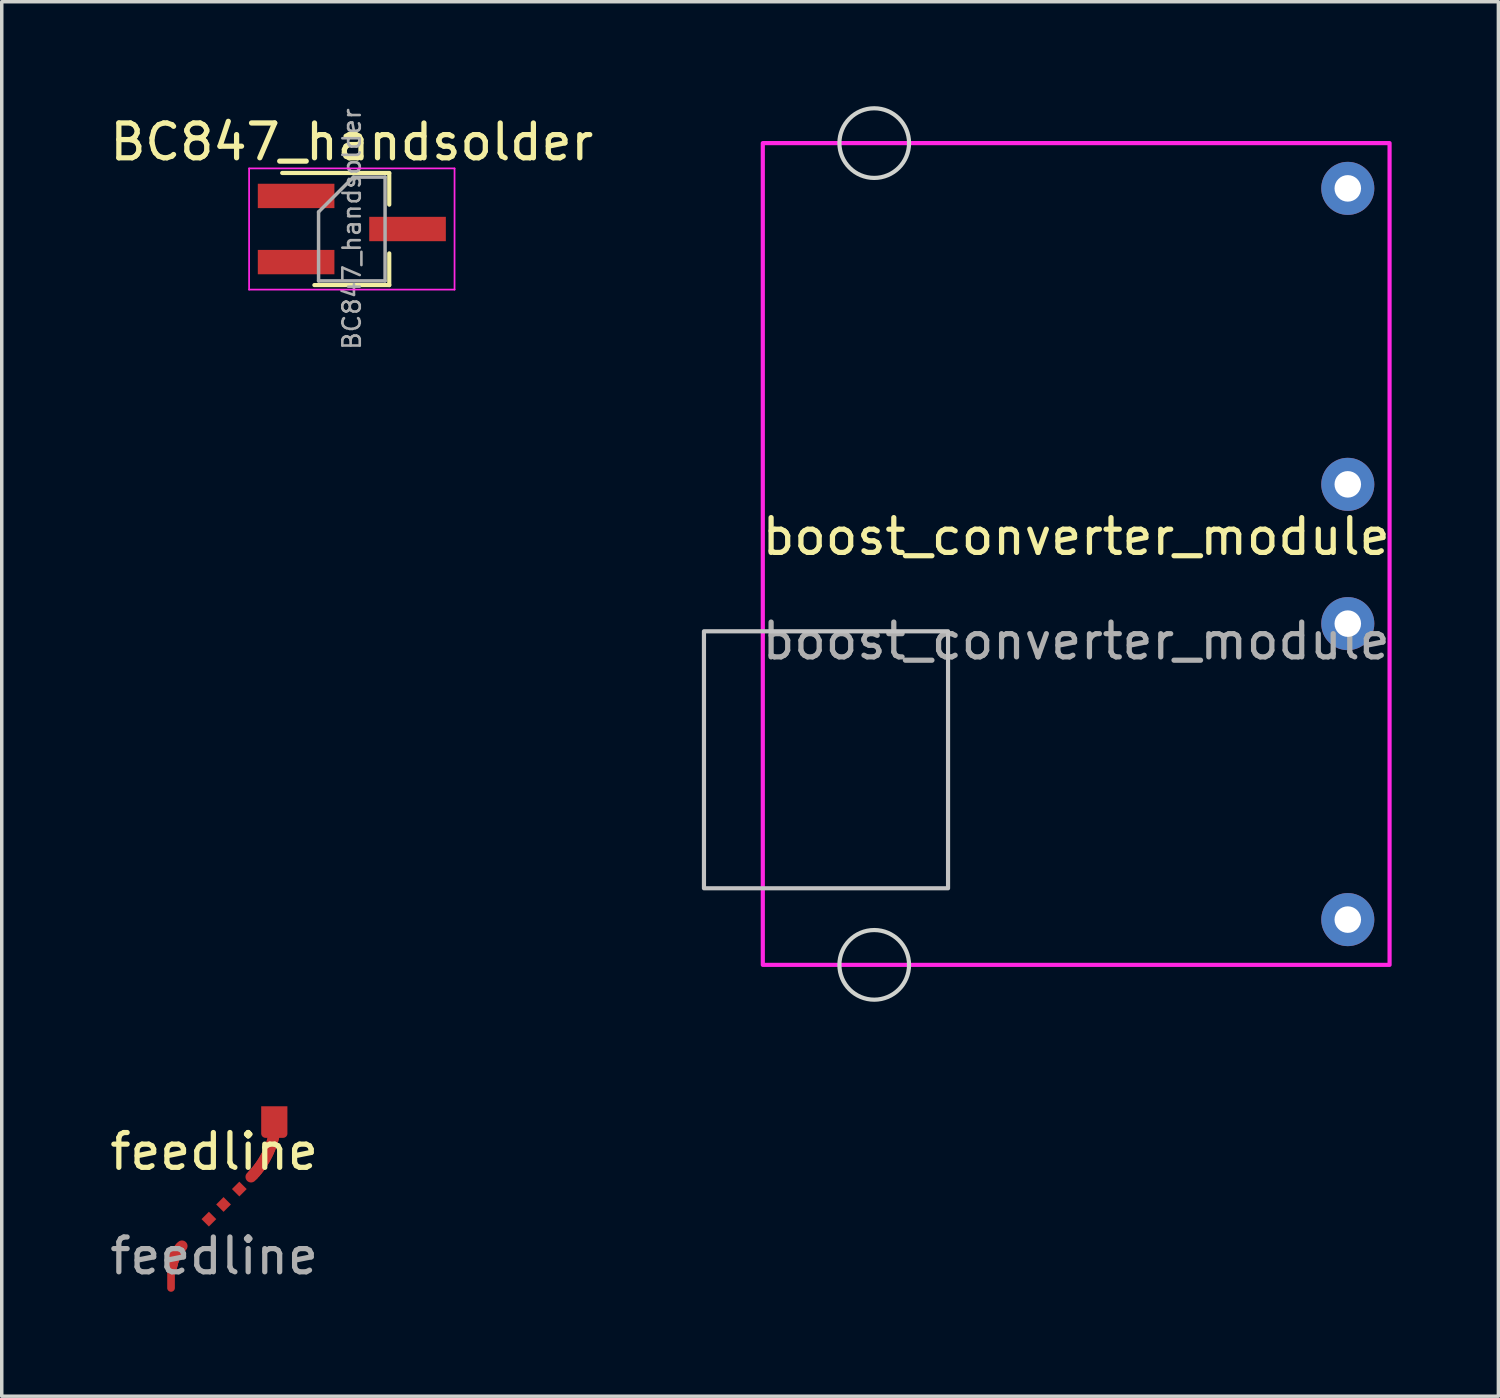
<source format=kicad_pcb>
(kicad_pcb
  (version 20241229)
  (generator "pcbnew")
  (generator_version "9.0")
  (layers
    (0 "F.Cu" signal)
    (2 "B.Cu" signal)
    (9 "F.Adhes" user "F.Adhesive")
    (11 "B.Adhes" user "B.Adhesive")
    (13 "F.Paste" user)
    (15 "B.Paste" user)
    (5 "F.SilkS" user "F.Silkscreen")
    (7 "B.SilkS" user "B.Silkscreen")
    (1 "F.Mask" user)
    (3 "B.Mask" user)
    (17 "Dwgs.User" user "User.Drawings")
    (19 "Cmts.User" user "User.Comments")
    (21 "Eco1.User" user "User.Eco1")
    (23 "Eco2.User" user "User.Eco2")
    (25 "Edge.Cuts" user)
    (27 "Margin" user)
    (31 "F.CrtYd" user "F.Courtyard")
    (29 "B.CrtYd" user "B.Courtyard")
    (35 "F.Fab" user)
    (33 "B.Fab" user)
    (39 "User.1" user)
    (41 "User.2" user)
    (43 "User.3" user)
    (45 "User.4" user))
  (footprint "BC847_handsolder"
    (layer "F.Cu")
    (at 7.054 3.527)
    (property "Reference" "BC847_handsolder" (at 0 -2.5 0) (layer "F.SilkS") (effects (font (size 1 1) (thickness 0.15))))
    (attr smd)
    (fp_line (start -2 -1.61) (end 1.075 -1.61) (stroke (width 0.12) (type solid)) (layer "F.SilkS"))
    (fp_line (start -1.075 1.61) (end 1.075 1.61) (stroke (width 0.12) (type solid)) (layer "F.SilkS"))
    (fp_line (start 1.075 -1.6) (end 1.075 -0.7) (stroke (width 0.12) (type solid)) (layer "F.SilkS"))
    (fp_line (start 1.075 0.7) (end 1.075 1.61) (stroke (width 0.12) (type solid)) (layer "F.SilkS"))
    (fp_line (start -2.95 -1.74) (end 2.95 -1.74) (stroke (width 0.05) (type solid)) (layer "F.CrtYd"))
    (fp_line (start -2.95 1.74) (end -2.95 -1.74) (stroke (width 0.05) (type solid)) (layer "F.CrtYd"))
    (fp_line (start 2.95 -1.74) (end 2.95 1.74) (stroke (width 0.05) (type solid)) (layer "F.CrtYd"))
    (fp_line (start 2.95 1.74) (end -2.95 1.74) (stroke (width 0.05) (type solid)) (layer "F.CrtYd"))
    (fp_line (start -0.955 -0.49) (end -0.955 1.49) (stroke (width 0.1) (type solid)) (layer "F.Fab"))
    (fp_line (start -0.955 -0.49) (end 0.045 -1.49) (stroke (width 0.1) (type solid)) (layer "F.Fab"))
    (fp_line (start -0.955 1.49) (end 0.955 1.49) (stroke (width 0.1) (type solid)) (layer "F.Fab"))
    (fp_line (start 0.045 -1.49) (end 0.955 -1.49) (stroke (width 0.1) (type solid)) (layer "F.Fab"))
    (fp_line (start 0.955 -1.49) (end 0.955 1.49) (stroke (width 0.1) (type solid)) (layer "F.Fab"))
    (fp_text user "${REFERENCE}" (at 0 0 90) (layer "F.Fab") (effects (font (size 0.5 0.5) (thickness 0.075))))
    (pad "1" smd rect (at -1.6 -0.95) (size 2.2 0.7) (layers "F.Cu" "F.Mask" "F.Paste"))
    (pad "2" smd rect (at -1.6 0.95) (size 2.2 0.7) (layers "F.Cu" "F.Mask" "F.Paste"))
    (pad "3" smd rect (at 1.6 0) (size 2.2 0.7) (layers "F.Cu" "F.Mask" "F.Paste")))
  (footprint "feedline"
    (layer "F.Cu")
    (at 3.101 30.52)
    (property "Reference" "feedline" (at 0 -0.5 0) (unlocked yes) (layer "F.SilkS") (effects (font (size 1 1) (thickness 0.15))))
    (attr smd)
    (fp_line (start -1.226 2.829) (end -1.219 2.786) (stroke (width 0.32) (type solid)) (layer "F.Cu"))
    (fp_line (start -1.219 2.786) (end -1.21 2.743) (stroke (width 0.32) (type solid)) (layer "F.Cu"))
    (fp_line (start -1.21 2.743) (end -1.199 2.701) (stroke (width 0.32) (type solid)) (layer "F.Cu"))
    (fp_line (start -1.199 2.701) (end -1.187 2.659) (stroke (width 0.32) (type solid)) (layer "F.Cu"))
    (fp_line (start -1.187 2.659) (end -1.173 2.618) (stroke (width 0.32) (type solid)) (layer "F.Cu"))
    (fp_line (start -1.173 2.618) (end -1.158 2.578) (stroke (width 0.32) (type solid)) (layer "F.Cu"))
    (fp_line (start -1.158 2.578) (end -1.141 2.538) (stroke (width 0.32) (type solid)) (layer "F.Cu"))
    (fp_line (start -1.141 2.538) (end -1.123 2.499) (stroke (width 0.32) (type solid)) (layer "F.Cu"))
    (fp_line (start -1.123 2.499) (end -1.103 2.46) (stroke (width 0.32) (type solid)) (layer "F.Cu"))
    (fp_line (start -1.103 2.46) (end -1.082 2.422) (stroke (width 0.32) (type solid)) (layer "F.Cu"))
    (fp_line (start -1.082 2.422) (end -1.059 2.385) (stroke (width 0.32) (type solid)) (layer "F.Cu"))
    (fp_line (start -1.059 2.385) (end -1.035 2.349) (stroke (width 0.32) (type solid)) (layer "F.Cu"))
    (fp_line (start -1.035 2.349) (end -1.01 2.314) (stroke (width 0.32) (type solid)) (layer "F.Cu"))
    (fp_line (start -1.01 2.314) (end -0.983 2.28) (stroke (width 0.32) (type solid)) (layer "F.Cu"))
    (fp_line (start -0.983 2.28) (end -0.954 2.247) (stroke (width 0.32) (type solid)) (layer "F.Cu"))
    (fp_line (start -0.954 2.247) (end -0.925 2.215) (stroke (width 0.32) (type solid)) (layer "F.Cu"))
    (fp_line (start 1.059 0.229) (end 1.121 0.165) (stroke (width 0.32) (type solid)) (layer "F.Cu"))
    (fp_line (start 1.121 0.165) (end 1.181 0.098) (stroke (width 0.32) (type solid)) (layer "F.Cu"))
    (fp_line (start 1.181 0.098) (end 1.238 0.03) (stroke (width 0.32) (type solid)) (layer "F.Cu"))
    (fp_line (start 1.238 0.03) (end 1.292 -0.041) (stroke (width 0.32) (type solid)) (layer "F.Cu"))
    (fp_line (start 1.292 -0.041) (end 1.344 -0.113) (stroke (width 0.32) (type solid)) (layer "F.Cu"))
    (fp_line (start 1.344 -0.113) (end 1.393 -0.187) (stroke (width 0.32) (type solid)) (layer "F.Cu"))
    (fp_line (start 1.393 -0.187) (end 1.44 -0.263) (stroke (width 0.32) (type solid)) (layer "F.Cu"))
    (fp_line (start 1.44 -0.263) (end 1.483 -0.34) (stroke (width 0.32) (type solid)) (layer "F.Cu"))
    (fp_line (start 1.483 -0.34) (end 1.524 -0.419) (stroke (width 0.32) (type solid)) (layer "F.Cu"))
    (fp_line (start 1.524 -0.419) (end 1.562 -0.499) (stroke (width 0.32) (type solid)) (layer "F.Cu"))
    (fp_line (start 1.562 -0.499) (end 1.597 -0.581) (stroke (width 0.32) (type solid)) (layer "F.Cu"))
    (fp_line (start 1.597 -0.581) (end 1.629 -0.663) (stroke (width 0.32) (type solid)) (layer "F.Cu"))
    (fp_line (start 1.629 -0.663) (end 1.658 -0.748) (stroke (width 0.32) (type solid)) (layer "F.Cu"))
    (fp_line (start 1.658 -0.748) (end 1.684 -0.833) (stroke (width 0.32) (type solid)) (layer "F.Cu"))
    (fp_line (start 1.684 -0.833) (end 1.707 -0.919) (stroke (width 0.32) (type solid)) (layer "F.Cu"))
    (fp_line (start 1.707 -0.919) (end 1.727 -1.006) (stroke (width 0.32) (type solid)) (layer "F.Cu"))
    (fp_poly (pts (xy 0.06 1.442) (xy -0.152 1.654) (xy -0.364 1.442) (xy -0.152 1.23)) (stroke (width 0) (type solid)) (fill yes) (layer "F.Cu"))
    (fp_poly (pts (xy 0.481 1.021) (xy 0.269 1.233) (xy 0.057 1.021) (xy 0.269 0.809)) (stroke (width 0) (type solid)) (fill yes) (layer "F.Cu"))
    (fp_poly (pts (xy 0.934 0.578) (xy 0.722 0.79) (xy 0.51 0.578) (xy 0.722 0.366)) (stroke (width 0) (type solid)) (fill yes) (layer "F.Cu"))
    (fp_poly (pts (xy 2.103 -1.019) (xy 2.103 -1.013) (xy 2.103 -1.006) (xy 2.102 -1) (xy 2.101 -0.994) (xy 2.099 -0.987) (xy 2.098 -0.981) (xy 2.096 -0.976) (xy 2.093 -0.97) (xy 2.091 -0.964) (xy 2.088 -0.959) (xy 2.085 -0.953) (xy 2.082 -0.948) (xy 2.078 -0.943) (xy 2.074 -0.938) (xy 2.07 -0.934) (xy 2.066 -0.929) (xy 2.062 -0.925) (xy 2.057 -0.921) (xy 2.052 -0.917) (xy 2.047 -0.914) (xy 2.042 -0.911) (xy 2.037 -0.908) (xy 2.032 -0.905) (xy 2.026 -0.902) (xy 2.02 -0.9) (xy 2.014 -0.898) (xy 2.008 -0.896) (xy 2.002 -0.895) (xy 1.996 -0.894) (xy 1.989 -0.893) (xy 1.983 -0.892) (xy 1.976 -0.892) (xy 1.477 -0.892) (xy 1.47 -0.892) (xy 1.464 -0.893) (xy 1.458 -0.894) (xy 1.451 -0.895) (xy 1.445 -0.896) (xy 1.439 -0.898) (xy 1.433 -0.9) (xy 1.428 -0.902) (xy 1.422 -0.905) (xy 1.416 -0.908) (xy 1.411 -0.911) (xy 1.406 -0.914) (xy 1.401 -0.917) (xy 1.396 -0.921) (xy 1.392 -0.925) (xy 1.387 -0.929) (xy 1.383 -0.934) (xy 1.379 -0.938) (xy 1.375 -0.943) (xy 1.372 -0.948) (xy 1.368 -0.953) (xy 1.365 -0.959) (xy 1.363 -0.964) (xy 1.36 -0.97) (xy 1.358 -0.976) (xy 1.356 -0.981) (xy 1.354 -0.987) (xy 1.353 -0.994) (xy 1.351 -1) (xy 1.351 -1.006) (xy 1.35 -1.013) (xy 1.35 -1.019) (xy 1.35 -1.8) (xy 2.103 -1.8)) (stroke (width 0) (type solid)) (fill yes) (layer "F.Cu"))
    (fp_poly (pts (xy -1.234 2.879) (xy -1.228 2.879) (xy -1.222 2.88) (xy -1.217 2.881) (xy -1.212 2.882) (xy -1.207 2.883) (xy -1.201 2.885) (xy -1.196 2.887) (xy -1.192 2.889) (xy -1.187 2.892) (xy -1.182 2.894) (xy -1.178 2.897) (xy -1.173 2.9) (xy -1.169 2.904) (xy -1.165 2.907) (xy -1.162 2.911) (xy -1.158 2.915) (xy -1.154 2.919) (xy -1.151 2.923) (xy -1.148 2.927) (xy -1.145 2.931) (xy -1.143 2.936) (xy -1.14 2.941) (xy -1.138 2.946) (xy -1.136 2.951) (xy -1.134 2.956) (xy -1.133 2.961) (xy -1.132 2.966) (xy -1.131 2.972) (xy -1.13 2.977) (xy -1.129 2.983) (xy -1.129 2.988) (xy -1.129 3.418) (xy -1.129 3.424) (xy -1.13 3.429) (xy -1.131 3.435) (xy -1.132 3.44) (xy -1.133 3.446) (xy -1.134 3.451) (xy -1.136 3.456) (xy -1.138 3.461) (xy -1.14 3.466) (xy -1.143 3.471) (xy -1.145 3.475) (xy -1.148 3.48) (xy -1.151 3.484) (xy -1.154 3.488) (xy -1.158 3.492) (xy -1.162 3.496) (xy -1.165 3.499) (xy -1.169 3.503) (xy -1.173 3.506) (xy -1.178 3.509) (xy -1.182 3.512) (xy -1.187 3.515) (xy -1.192 3.517) (xy -1.196 3.519) (xy -1.201 3.521) (xy -1.207 3.523) (xy -1.212 3.525) (xy -1.217 3.526) (xy -1.222 3.527) (xy -1.228 3.527) (xy -1.234 3.528) (xy -1.239 3.528) (xy -1.245 3.528) (xy -1.25 3.527) (xy -1.256 3.527) (xy -1.261 3.526) (xy -1.267 3.525) (xy -1.272 3.523) (xy -1.277 3.521) (xy -1.282 3.519) (xy -1.287 3.517) (xy -1.292 3.515) (xy -1.296 3.512) (xy -1.301 3.509) (xy -1.305 3.506) (xy -1.309 3.503) (xy -1.313 3.499) (xy -1.317 3.496) (xy -1.321 3.492) (xy -1.324 3.488) (xy -1.327 3.484) (xy -1.33 3.48) (xy -1.333 3.475) (xy -1.336 3.471) (xy -1.338 3.466) (xy -1.341 3.461) (xy -1.342 3.456) (xy -1.344 3.451) (xy -1.346 3.446) (xy -1.347 3.44) (xy -1.348 3.435) (xy -1.349 3.429) (xy -1.349 3.424) (xy -1.349 3.418) (xy -1.349 2.988) (xy -1.349 2.983) (xy -1.349 2.977) (xy -1.348 2.972) (xy -1.347 2.966) (xy -1.346 2.961) (xy -1.344 2.956) (xy -1.342 2.951) (xy -1.341 2.946) (xy -1.338 2.941) (xy -1.336 2.936) (xy -1.333 2.931) (xy -1.33 2.927) (xy -1.327 2.923) (xy -1.324 2.919) (xy -1.321 2.915) (xy -1.317 2.911) (xy -1.313 2.907) (xy -1.309 2.904) (xy -1.305 2.9) (xy -1.301 2.897) (xy -1.296 2.894) (xy -1.292 2.892) (xy -1.287 2.889) (xy -1.282 2.887) (xy -1.277 2.885) (xy -1.272 2.883) (xy -1.267 2.882) (xy -1.261 2.881) (xy -1.256 2.88) (xy -1.25 2.879) (xy -1.245 2.879) (xy -1.239 2.879)) (stroke (width 0) (type solid)) (fill yes) (layer "F.Cu"))
    (fp_text user "${REFERENCE}" (at 0 2.5 0) (unlocked yes) (layer "F.Fab") (effects (font (size 1 1) (thickness 0.15)))))
  (footprint "boost_converter_module"
    (layer "F.Cu")
    (at 27.857 12.86)
    (property "Reference" "boost_converter_module" (at 0 -0.5 0) (unlocked yes) (layer "F.SilkS") (effects (font (size 1 1) (thickness 0.15))))
    (attr through_hole)
    (fp_rect (start -10.69 2.22) (end -3.68 9.6) (stroke (width 0.12) (type default)) (fill no) (layer "Dwgs.User"))
    (fp_circle (center -5.8 -11.8) (end -4.8 -11.8) (stroke (width 0.12) (type default)) (fill no) (layer "Edge.Cuts"))
    (fp_circle (center -5.8 11.8) (end -4.8 11.8) (stroke (width 0.12) (type default)) (fill no) (layer "Edge.Cuts"))
    (fp_rect (start -9 -11.8) (end 9 11.8) (stroke (width 0.12) (type default)) (fill no) (layer "F.CrtYd"))
    (fp_text user "${REFERENCE}" (at 0 2.5 0) (unlocked yes) (layer "F.Fab") (effects (font (size 1 1) (thickness 0.15))))
    (pad "1" thru_hole circle (at 7.8 -10.5) (size 1.524 1.524) (drill 0.762) (layers "*.Cu" "*.Mask"))
    (pad "2" thru_hole circle (at 7.8 -2) (size 1.524 1.524) (drill 0.762) (layers "*.Cu" "*.Mask"))
    (pad "3" thru_hole circle (at 7.8 2) (size 1.524 1.524) (drill 0.762) (layers "*.Cu" "*.Mask"))
    (pad "4" thru_hole circle (at 7.8 10.5) (size 1.524 1.524) (drill 0.762) (layers "*.Cu" "*.Mask")))
  (gr_rect
    (start -3 -3)
    (end 39.982 37.048)
    (stroke (width 0.1) (type default))
    (fill no)
    (layer "Edge.Cuts")))
</source>
